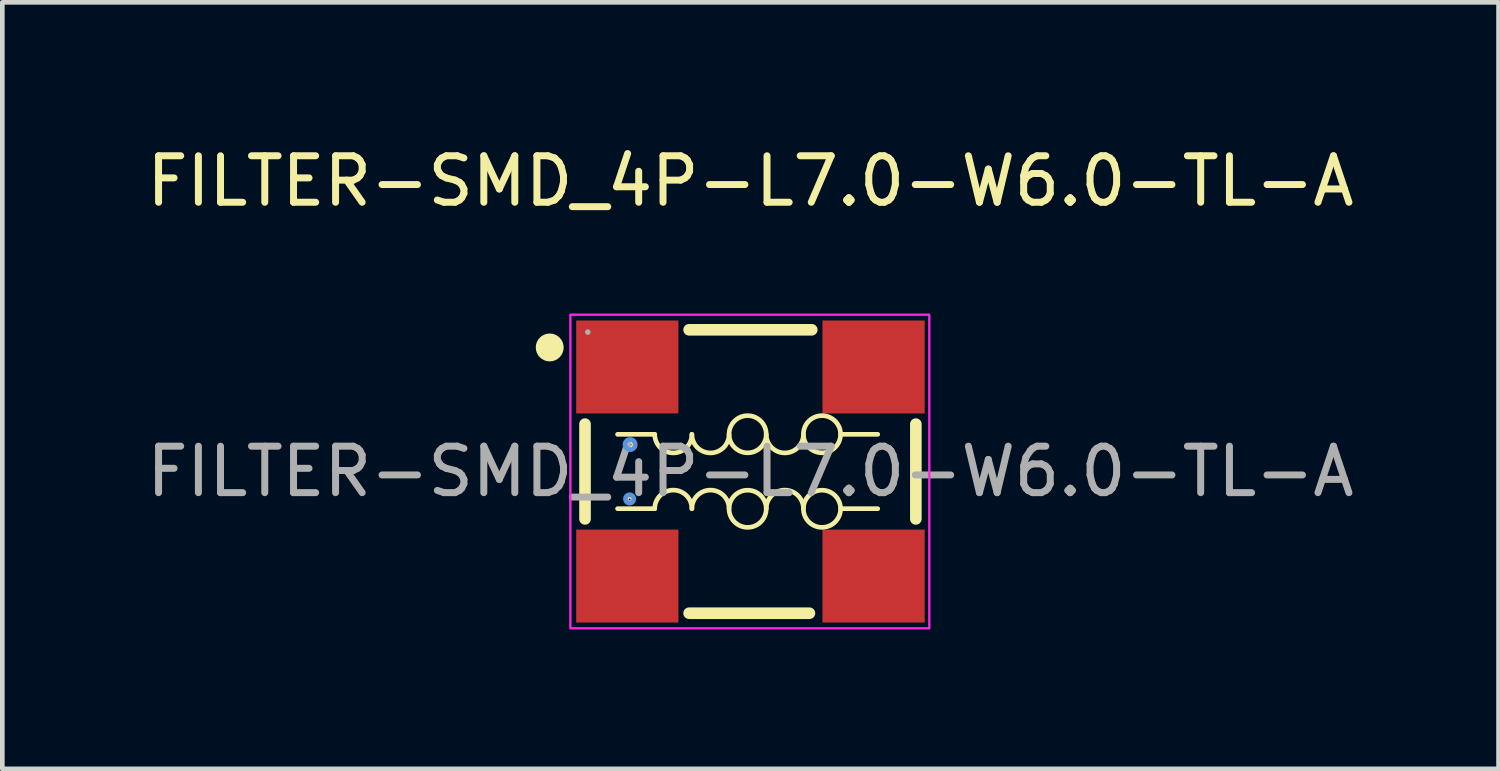
<source format=kicad_pcb>
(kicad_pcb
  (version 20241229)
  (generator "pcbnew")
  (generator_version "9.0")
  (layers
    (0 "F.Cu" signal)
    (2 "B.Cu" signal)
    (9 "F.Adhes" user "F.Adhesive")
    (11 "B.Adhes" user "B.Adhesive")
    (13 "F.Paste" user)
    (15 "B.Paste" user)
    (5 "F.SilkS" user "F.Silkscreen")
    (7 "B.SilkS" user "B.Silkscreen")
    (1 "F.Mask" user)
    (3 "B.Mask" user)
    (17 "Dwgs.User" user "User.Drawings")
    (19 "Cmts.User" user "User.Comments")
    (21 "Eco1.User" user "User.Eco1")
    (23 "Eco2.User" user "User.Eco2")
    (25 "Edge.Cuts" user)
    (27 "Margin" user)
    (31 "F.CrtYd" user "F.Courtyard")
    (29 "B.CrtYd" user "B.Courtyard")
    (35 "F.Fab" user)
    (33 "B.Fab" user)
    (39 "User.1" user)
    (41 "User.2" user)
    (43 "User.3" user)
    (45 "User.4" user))
  (footprint "FILTER-SMD_4P-L7.0-W6.0-TL-A"
    (layer "F.Cu")
    (at 13.101 7.098)
    (property "Reference" "FILTER-SMD_4P-L7.0-W6.0-TL-A" (at 0 -6.25 0) (layer "F.SilkS") (effects (font (size 1 1) (thickness 0.15))))
    (attr smd)
    (fp_line (start -3.56 -1.02) (end -3.56 1.02) (stroke (width 0.25) (type solid)) (layer "F.SilkS"))
    (fp_line (start -2.86 -0.8) (end -2.06 -0.8) (stroke (width 0.1) (type solid)) (layer "F.SilkS"))
    (fp_line (start -2.06 0.8) (end -2.86 0.8) (stroke (width 0.1) (type solid)) (layer "F.SilkS"))
    (fp_line (start -1.32 -3.05) (end 1.32 -3.05) (stroke (width 0.25) (type solid)) (layer "F.SilkS"))
    (fp_line (start -1.32 3.05) (end 1.27 3.05) (stroke (width 0.25) (type solid)) (layer "F.SilkS"))
    (fp_line (start 1.94 -0.8) (end 2.74 -0.8) (stroke (width 0.1) (type solid)) (layer "F.SilkS"))
    (fp_line (start 2.74 0.8) (end 1.94 0.8) (stroke (width 0.1) (type solid)) (layer "F.SilkS"))
    (fp_line (start 3.56 -1.02) (end 3.56 1.02) (stroke (width 0.25) (type solid)) (layer "F.SilkS"))
    (fp_arc (start -2.06 0.8) (mid -1.66 0.4) (end -1.26 0.8) (stroke (width 0.1) (type solid)) (layer "F.SilkS"))
    (fp_arc (start -1.26 -0.8) (mid -1.66 -0.4) (end -2.06 -0.8) (stroke (width 0.1) (type solid)) (layer "F.SilkS"))
    (fp_arc (start -1.26 0.8) (mid -0.86 0.4) (end -0.46 0.8) (stroke (width 0.1) (type solid)) (layer "F.SilkS"))
    (fp_arc (start -0.46 -0.8) (mid -0.86 -0.4) (end -1.26 -0.8) (stroke (width 0.1) (type solid)) (layer "F.SilkS"))
    (fp_arc (start -0.459939 0.793019) (mid 0.339985 0.803491) (end -0.46 0.8) (stroke (width 0.1) (type solid)) (layer "F.SilkS"))
    (fp_arc (start 0.339939 -0.793019) (mid -0.459985 -0.803491) (end 0.34 -0.8) (stroke (width 0.1) (type solid)) (layer "F.SilkS"))
    (fp_arc (start 0.34 0.8) (mid 0.74 0.4) (end 1.14 0.8) (stroke (width 0.1) (type solid)) (layer "F.SilkS"))
    (fp_arc (start 1.14 -0.8) (mid 0.74 -0.4) (end 0.34 -0.8) (stroke (width 0.1) (type solid)) (layer "F.SilkS"))
    (fp_arc (start 1.140061 0.793019) (mid 1.939985 0.803491) (end 1.14 0.8) (stroke (width 0.1) (type solid)) (layer "F.SilkS"))
    (fp_arc (start 1.939939 -0.793019) (mid 1.140015 -0.803491) (end 1.94 -0.8) (stroke (width 0.1) (type solid)) (layer "F.SilkS"))
    (fp_circle (center -4.32 -2.67) (end -4.17 -2.67) (stroke (width 0.3) (type solid)) (fill no) (layer "F.SilkS"))
    (fp_circle (center -2.6 0.6) (end -2.53 0.6) (stroke (width 0.1) (type solid)) (fill no) (layer "F.SilkS"))
    (fp_circle (center -2.59 -0.58) (end -2.51 -0.58) (stroke (width 0.1) (type solid)) (fill no) (layer "F.SilkS"))
    (fp_circle (center -2.6 0.59) (end -2.51 0.59) (stroke (width 0.1) (type solid)) (fill no) (layer "Cmts.User"))
    (fp_circle (center -2.59 -0.58) (end -2.48 -0.58) (stroke (width 0.1) (type solid)) (fill no) (layer "Cmts.User"))
    (fp_rect (start -3.875 -3.375) (end 3.85 3.375) (stroke (width 0.05) (type default)) (fill no) (layer "F.CrtYd"))
    (fp_circle (center -3.5 -3) (end -3.47 -3) (stroke (width 0.06) (type solid)) (fill no) (layer "F.Fab"))
    (fp_text user "${REFERENCE}" (at 0 0 0) (layer "F.Fab") (effects (font (size 1 1) (thickness 0.15))))
    (pad "1" smd rect (at -2.65 -2.25) (size 2.2 2) (layers "F.Cu" "F.Mask" "F.Paste"))
    (pad "2" smd rect (at -2.65 2.25) (size 2.2 2) (layers "F.Cu" "F.Mask" "F.Paste"))
    (pad "3" smd rect (at 2.65 2.25) (size 2.2 2) (layers "F.Cu" "F.Mask" "F.Paste"))
    (pad "4" smd rect (at 2.65 -2.25) (size 2.2 2) (layers "F.Cu" "F.Mask" "F.Paste")))
  (gr_rect
    (start -3 -3)
    (end 29.202 13.498)
    (stroke (width 0.1) (type default))
    (fill no)
    (layer "Edge.Cuts")))
</source>
